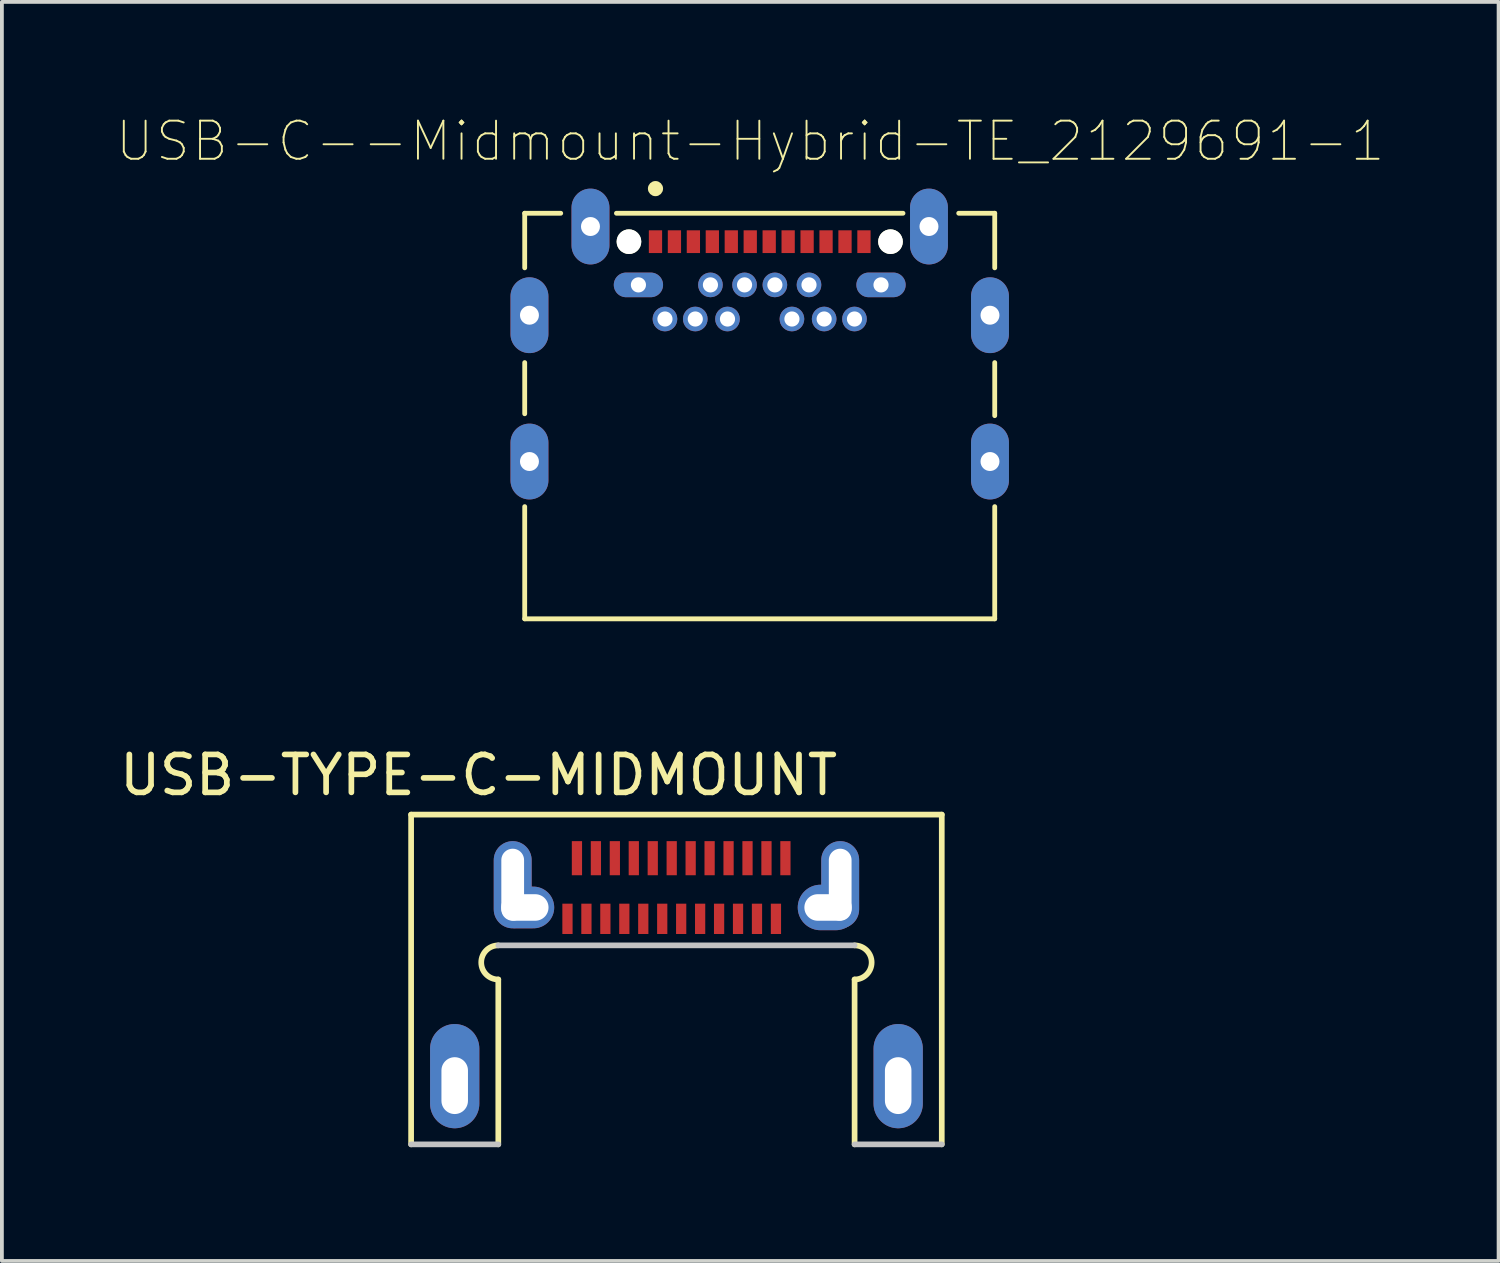
<source format=kicad_pcb>
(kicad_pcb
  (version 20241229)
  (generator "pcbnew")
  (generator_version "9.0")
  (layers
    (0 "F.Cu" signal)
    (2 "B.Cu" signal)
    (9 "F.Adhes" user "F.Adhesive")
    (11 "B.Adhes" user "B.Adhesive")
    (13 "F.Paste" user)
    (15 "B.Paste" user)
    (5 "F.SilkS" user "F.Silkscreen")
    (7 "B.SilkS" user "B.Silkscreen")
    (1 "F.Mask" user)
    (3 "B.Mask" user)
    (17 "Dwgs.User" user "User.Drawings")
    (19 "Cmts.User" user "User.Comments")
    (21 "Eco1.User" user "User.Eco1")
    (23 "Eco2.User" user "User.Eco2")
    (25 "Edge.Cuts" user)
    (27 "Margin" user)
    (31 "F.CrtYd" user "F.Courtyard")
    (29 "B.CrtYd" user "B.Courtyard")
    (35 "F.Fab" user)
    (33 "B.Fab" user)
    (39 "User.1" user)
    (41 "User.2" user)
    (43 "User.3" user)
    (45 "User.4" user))
  (footprint "USB-C--Midmount-Hybrid-TE_2129691-1"
    (layer "F.Cu")
    (at 16.993 7.926)
    (property "Reference" "USB-C--Midmount-Hybrid-TE_2129691-1" (at -0.25 -7.25 0) (layer "F.SilkS") (effects (font (size 1.006 1.006) (thickness 0.05))))
    (attr through_hole)
    (fp_line (start -6.2 -5.35) (end -5.25 -5.35) (stroke (width 0.127) (type solid)) (layer "F.SilkS"))
    (fp_line (start -6.2 -3.91) (end -6.2 -5.35) (stroke (width 0.127) (type solid)) (layer "F.SilkS"))
    (fp_line (start -6.2 -0.06) (end -6.2 -1.41) (stroke (width 0.127) (type solid)) (layer "F.SilkS"))
    (fp_line (start -6.2 2.39) (end -6.2 5.35) (stroke (width 0.127) (type solid)) (layer "F.SilkS"))
    (fp_line (start -6.2 5.35) (end 6.2 5.35) (stroke (width 0.127) (type solid)) (layer "F.SilkS"))
    (fp_line (start -3.78 -5.35) (end 3.78 -5.35) (stroke (width 0.127) (type solid)) (layer "F.SilkS"))
    (fp_line (start 6.2 -5.35) (end 5.25 -5.35) (stroke (width 0.127) (type solid)) (layer "F.SilkS"))
    (fp_line (start 6.2 -3.91) (end 6.2 -5.35) (stroke (width 0.127) (type solid)) (layer "F.SilkS"))
    (fp_line (start 6.2 -0.01) (end 6.2 -1.41) (stroke (width 0.127) (type solid)) (layer "F.SilkS"))
    (fp_line (start 6.2 5.35) (end 6.2 2.39) (stroke (width 0.127) (type solid)) (layer "F.SilkS"))
    (fp_circle (center -2.75 -6) (end -2.65 -6) (stroke (width 0.2) (type solid)) (fill no) (layer "F.SilkS"))
    (fp_line (start -6.83 -5.6) (end -6.83 5.6) (stroke (width 0.05) (type solid)) (layer "Eco1.User"))
    (fp_line (start -6.83 5.6) (end 6.83 5.6) (stroke (width 0.05) (type solid)) (layer "Eco1.User"))
    (fp_line (start -5.5 -6.25) (end -5.5 -5.6) (stroke (width 0.05) (type solid)) (layer "Eco1.User"))
    (fp_line (start -5.5 -5.6) (end -6.83 -5.6) (stroke (width 0.05) (type solid)) (layer "Eco1.User"))
    (fp_line (start -3.5 -6.25) (end -5.5 -6.25) (stroke (width 0.05) (type solid)) (layer "Eco1.User"))
    (fp_line (start -3.5 -5.6) (end -3.5 -6.25) (stroke (width 0.05) (type solid)) (layer "Eco1.User"))
    (fp_line (start 3.625 -6.25) (end 3.625 -5.6) (stroke (width 0.05) (type solid)) (layer "Eco1.User"))
    (fp_line (start 3.625 -5.6) (end -3.5 -5.6) (stroke (width 0.05) (type solid)) (layer "Eco1.User"))
    (fp_line (start 5.375 -6.25) (end 3.625 -6.25) (stroke (width 0.05) (type solid)) (layer "Eco1.User"))
    (fp_line (start 5.375 -5.6) (end 5.375 -6.25) (stroke (width 0.05) (type solid)) (layer "Eco1.User"))
    (fp_line (start 6.83 -5.6) (end 5.375 -5.6) (stroke (width 0.05) (type solid)) (layer "Eco1.User"))
    (fp_line (start 6.83 5.6) (end 6.83 -5.6) (stroke (width 0.05) (type solid)) (layer "Eco1.User"))
    (fp_line (start -6.2 -5.35) (end 6.2 -5.35) (stroke (width 0.127) (type solid)) (layer "Eco2.User"))
    (fp_line (start -6.2 5.35) (end -6.2 -5.35) (stroke (width 0.127) (type solid)) (layer "Eco2.User"))
    (fp_line (start -6.2 5.35) (end 6.2 5.35) (stroke (width 0.127) (type solid)) (layer "Eco2.User"))
    (fp_line (start 6.2 -5.35) (end 6.2 5.35) (stroke (width 0.127) (type solid)) (layer "Eco2.User"))
    (fp_circle (center -2.75 -4.75) (end -2.65 -4.75) (stroke (width 0.2) (type solid)) (fill no) (layer "Eco2.User"))
    (fp_line (start -8.05 5.35) (end -4.75 5.35) (stroke (width 0.0001) (type solid)) (layer "Edge.Cuts"))
    (fp_line (start -6.325 -3.16) (end -6.325 -2.16) (stroke (width 0.0001) (type solid)) (layer "Edge.Cuts"))
    (fp_line (start -6.325 0.7) (end -6.325 1.7) (stroke (width 0.0001) (type solid)) (layer "Edge.Cuts"))
    (fp_line (start -5.825 -2.16) (end -5.825 -3.16) (stroke (width 0.0001) (type solid)) (layer "Edge.Cuts"))
    (fp_line (start -5.825 1.7) (end -5.825 0.7) (stroke (width 0.0001) (type solid)) (layer "Edge.Cuts"))
    (fp_line (start -4.75 -2.04) (end 4.75 -2.04) (stroke (width 0.0001) (type solid)) (layer "Edge.Cuts"))
    (fp_line (start -4.75 -1.64) (end -4.75 5.35) (stroke (width 0.0001) (type solid)) (layer "Edge.Cuts"))
    (fp_line (start -4.715 -4.7) (end -4.715 -5.3) (stroke (width 0.0001) (type solid)) (layer "Edge.Cuts"))
    (fp_line (start -4.215 -5.3) (end -4.215 -4.7) (stroke (width 0.0001) (type solid)) (layer "Edge.Cuts"))
    (fp_line (start -3.45 -3.66) (end -2.95 -3.66) (stroke (width 0.0001) (type solid)) (layer "Edge.Cuts"))
    (fp_line (start -2.95 -3.26) (end -3.45 -3.26) (stroke (width 0.0001) (type solid)) (layer "Edge.Cuts"))
    (fp_line (start 2.95 -3.66) (end 3.45 -3.66) (stroke (width 0.0001) (type solid)) (layer "Edge.Cuts"))
    (fp_line (start 3.365 -4.925) (end 3.535 -4.925) (stroke (width 0.0001) (type solid)) (layer "Edge.Cuts"))
    (fp_line (start 3.45 -3.26) (end 2.95 -3.26) (stroke (width 0.0001) (type solid)) (layer "Edge.Cuts"))
    (fp_line (start 3.535 -4.275) (end 3.365 -4.275) (stroke (width 0.0001) (type solid)) (layer "Edge.Cuts"))
    (fp_line (start 4.215 -4.7) (end 4.215 -5.3) (stroke (width 0.0001) (type solid)) (layer "Edge.Cuts"))
    (fp_line (start 4.715 -5.3) (end 4.715 -4.7) (stroke (width 0.0001) (type solid)) (layer "Edge.Cuts"))
    (fp_line (start 4.75 -1.64) (end 4.75 5.35) (stroke (width 0.0001) (type solid)) (layer "Edge.Cuts"))
    (fp_line (start 4.75 5.35) (end 8.05 5.35) (stroke (width 0.0001) (type solid)) (layer "Edge.Cuts"))
    (fp_line (start 5.825 -3.16) (end 5.825 -2.16) (stroke (width 0.0001) (type solid)) (layer "Edge.Cuts"))
    (fp_line (start 5.825 0.7) (end 5.825 1.7) (stroke (width 0.0001) (type solid)) (layer "Edge.Cuts"))
    (fp_line (start 6.325 -2.16) (end 6.325 -3.16) (stroke (width 0.0001) (type solid)) (layer "Edge.Cuts"))
    (fp_line (start 6.325 1.7) (end 6.325 0.7) (stroke (width 0.0001) (type solid)) (layer "Edge.Cuts"))
    (fp_arc (start -6.325 -3.16) (mid -6.251777 -3.336777) (end -6.075 -3.41) (stroke (width 0.0001) (type solid)) (layer "Edge.Cuts"))
    (fp_arc (start -6.325 0.7) (mid -6.251777 0.523223) (end -6.075 0.45) (stroke (width 0.0001) (type solid)) (layer "Edge.Cuts"))
    (fp_arc (start -6.075 -3.41) (mid -5.898223 -3.336777) (end -5.825 -3.16) (stroke (width 0.0001) (type solid)) (layer "Edge.Cuts"))
    (fp_arc (start -6.075 -1.91) (mid -6.251777 -1.983223) (end -6.325 -2.16) (stroke (width 0.0001) (type solid)) (layer "Edge.Cuts"))
    (fp_arc (start -6.075 0.45) (mid -5.898223 0.523223) (end -5.825 0.7) (stroke (width 0.0001) (type solid)) (layer "Edge.Cuts"))
    (fp_arc (start -6.075 1.95) (mid -6.251777 1.876777) (end -6.325 1.7) (stroke (width 0.0001) (type solid)) (layer "Edge.Cuts"))
    (fp_arc (start -5.825 -2.16) (mid -5.898223 -1.983223) (end -6.075 -1.91) (stroke (width 0.0001) (type solid)) (layer "Edge.Cuts"))
    (fp_arc (start -5.825 1.7) (mid -5.898223 1.876777) (end -6.075 1.95) (stroke (width 0.0001) (type solid)) (layer "Edge.Cuts"))
    (fp_arc (start -4.75 -1.64) (mid -4.95 -1.84) (end -4.75 -2.04) (stroke (width 0.0001) (type solid)) (layer "Edge.Cuts"))
    (fp_arc (start -4.715 -5.3) (mid -4.641777 -5.476777) (end -4.465 -5.55) (stroke (width 0.0001) (type solid)) (layer "Edge.Cuts"))
    (fp_arc (start -4.465 -5.55) (mid -4.288223 -5.476777) (end -4.215 -5.3) (stroke (width 0.0001) (type solid)) (layer "Edge.Cuts"))
    (fp_arc (start -4.465 -4.45) (mid -4.641777 -4.523223) (end -4.715 -4.7) (stroke (width 0.0001) (type solid)) (layer "Edge.Cuts"))
    (fp_arc (start -4.215 -4.7) (mid -4.288223 -4.523223) (end -4.465 -4.45) (stroke (width 0.0001) (type solid)) (layer "Edge.Cuts"))
    (fp_arc (start -3.65 -3.46) (mid -3.591421 -3.601421) (end -3.45 -3.66) (stroke (width 0.0001) (type solid)) (layer "Edge.Cuts"))
    (fp_arc (start -3.45 -3.26) (mid -3.591421 -3.318579) (end -3.65 -3.46) (stroke (width 0.0001) (type solid)) (layer "Edge.Cuts"))
    (fp_arc (start -2.95 -3.66) (mid -2.808579 -3.601421) (end -2.75 -3.46) (stroke (width 0.0001) (type solid)) (layer "Edge.Cuts"))
    (fp_arc (start -2.75 -3.46) (mid -2.808579 -3.318579) (end -2.95 -3.26) (stroke (width 0.0001) (type solid)) (layer "Edge.Cuts"))
    (fp_arc (start 2.75 -3.46) (mid 2.808579 -3.601421) (end 2.95 -3.66) (stroke (width 0.0001) (type solid)) (layer "Edge.Cuts"))
    (fp_arc (start 2.95 -3.26) (mid 2.808579 -3.318579) (end 2.75 -3.46) (stroke (width 0.0001) (type solid)) (layer "Edge.Cuts"))
    (fp_arc (start 3.025 -4.6) (mid 3.12769 -4.832916) (end 3.365 -4.925) (stroke (width 0.0001) (type solid)) (layer "Edge.Cuts"))
    (fp_arc (start 3.365 -4.275) (mid 3.12769 -4.367084) (end 3.025 -4.6) (stroke (width 0.0001) (type solid)) (layer "Edge.Cuts"))
    (fp_arc (start 3.45 -3.66) (mid 3.591421 -3.601421) (end 3.65 -3.46) (stroke (width 0.0001) (type solid)) (layer "Edge.Cuts"))
    (fp_arc (start 3.535 -4.925) (mid 3.77231 -4.832916) (end 3.875 -4.6) (stroke (width 0.0001) (type solid)) (layer "Edge.Cuts"))
    (fp_arc (start 3.65 -3.46) (mid 3.591421 -3.318579) (end 3.45 -3.26) (stroke (width 0.0001) (type solid)) (layer "Edge.Cuts"))
    (fp_arc (start 3.875 -4.6) (mid 3.77231 -4.367084) (end 3.535 -4.275) (stroke (width 0.0001) (type solid)) (layer "Edge.Cuts"))
    (fp_arc (start 4.215 -5.3) (mid 4.288223 -5.476777) (end 4.465 -5.55) (stroke (width 0.0001) (type solid)) (layer "Edge.Cuts"))
    (fp_arc (start 4.465 -5.55) (mid 4.641777 -5.476777) (end 4.715 -5.3) (stroke (width 0.0001) (type solid)) (layer "Edge.Cuts"))
    (fp_arc (start 4.465 -4.45) (mid 4.288223 -4.523223) (end 4.215 -4.7) (stroke (width 0.0001) (type solid)) (layer "Edge.Cuts"))
    (fp_arc (start 4.715 -4.7) (mid 4.641777 -4.523223) (end 4.465 -4.45) (stroke (width 0.0001) (type solid)) (layer "Edge.Cuts"))
    (fp_arc (start 4.75 -2.04) (mid 4.95 -1.84) (end 4.75 -1.64) (stroke (width 0.0001) (type solid)) (layer "Edge.Cuts"))
    (fp_arc (start 5.825 -3.16) (mid 5.898223 -3.336777) (end 6.075 -3.41) (stroke (width 0.0001) (type solid)) (layer "Edge.Cuts"))
    (fp_arc (start 5.825 0.7) (mid 5.898223 0.523223) (end 6.075 0.45) (stroke (width 0.0001) (type solid)) (layer "Edge.Cuts"))
    (fp_arc (start 6.075 -3.41) (mid 6.251777 -3.336777) (end 6.325 -3.16) (stroke (width 0.0001) (type solid)) (layer "Edge.Cuts"))
    (fp_arc (start 6.075 -1.91) (mid 5.898223 -1.983223) (end 5.825 -2.16) (stroke (width 0.0001) (type solid)) (layer "Edge.Cuts"))
    (fp_arc (start 6.075 0.45) (mid 6.251777 0.523223) (end 6.325 0.7) (stroke (width 0.0001) (type solid)) (layer "Edge.Cuts"))
    (fp_arc (start 6.075 1.95) (mid 5.898223 1.876777) (end 5.825 1.7) (stroke (width 0.0001) (type solid)) (layer "Edge.Cuts"))
    (fp_arc (start 6.325 -2.16) (mid 6.251777 -1.983223) (end 6.075 -1.91) (stroke (width 0.0001) (type solid)) (layer "Edge.Cuts"))
    (fp_arc (start 6.325 1.7) (mid 6.251777 1.876777) (end 6.075 1.95) (stroke (width 0.0001) (type solid)) (layer "Edge.Cuts"))
    (pad "" np_thru_hole circle (at -3.45 -4.6) (size 0.65 0.65) (drill 0.65) (layers "*.Cu" "*.Mask" "F.SilkS"))
    (pad "" np_thru_hole circle (at 3.45 -4.6) (size 0.65 0.65) (drill 0.65) (layers "*.Cu" "*.Mask" "F.SilkS"))
    (pad "A1" smd rect (at -2.75 -4.6) (size 0.35 0.6) (layers "F.Cu" "F.Mask" "F.Paste"))
    (pad "A2" smd rect (at -2.25 -4.6) (size 0.35 0.6) (layers "F.Cu" "F.Mask" "F.Paste"))
    (pad "A3" smd rect (at -1.75 -4.6) (size 0.35 0.6) (layers "F.Cu" "F.Mask" "F.Paste"))
    (pad "A4" smd rect (at -1.25 -4.6) (size 0.35 0.6) (layers "F.Cu" "F.Mask" "F.Paste"))
    (pad "A5" smd rect (at -0.75 -4.6) (size 0.35 0.6) (layers "F.Cu" "F.Mask" "F.Paste"))
    (pad "A6" smd rect (at -0.25 -4.6) (size 0.35 0.6) (layers "F.Cu" "F.Mask" "F.Paste"))
    (pad "A7" smd rect (at 0.25 -4.6) (size 0.35 0.6) (layers "F.Cu" "F.Mask" "F.Paste"))
    (pad "A8" smd rect (at 0.75 -4.6) (size 0.35 0.6) (layers "F.Cu" "F.Mask" "F.Paste"))
    (pad "A9" smd rect (at 1.25 -4.6) (size 0.35 0.6) (layers "F.Cu" "F.Mask" "F.Paste"))
    (pad "A10" smd rect (at 1.75 -4.6) (size 0.35 0.6) (layers "F.Cu" "F.Mask" "F.Paste"))
    (pad "A11" smd rect (at 2.25 -4.6) (size 0.35 0.6) (layers "F.Cu" "F.Mask" "F.Paste"))
    (pad "A12" smd rect (at 2.75 -4.6) (size 0.35 0.6) (layers "F.Cu" "F.Mask" "F.Paste"))
    (pad "B1" thru_hole oval (at 3.2 -3.46 180) (size 1.3 0.65) (drill 0.4) (layers "*.Cu" "*.Mask"))
    (pad "B2" thru_hole circle (at 2.5 -2.56) (size 0.65 0.65) (drill 0.4) (layers "*.Cu" "*.Mask"))
    (pad "B3" thru_hole circle (at 1.7 -2.56) (size 0.65 0.65) (drill 0.4) (layers "*.Cu" "*.Mask"))
    (pad "B4" thru_hole circle (at 1.3 -3.46) (size 0.65 0.65) (drill 0.4) (layers "*.Cu" "*.Mask"))
    (pad "B5" thru_hole circle (at 0.85 -2.56) (size 0.65 0.65) (drill 0.4) (layers "*.Cu" "*.Mask"))
    (pad "B6" thru_hole circle (at 0.4 -3.46) (size 0.65 0.65) (drill 0.4) (layers "*.Cu" "*.Mask"))
    (pad "B7" thru_hole circle (at -0.4 -3.46) (size 0.65 0.65) (drill 0.4) (layers "*.Cu" "*.Mask"))
    (pad "B8" thru_hole circle (at -0.85 -2.56) (size 0.65 0.65) (drill 0.4) (layers "*.Cu" "*.Mask"))
    (pad "B9" thru_hole circle (at -1.3 -3.46) (size 0.65 0.65) (drill 0.4) (layers "*.Cu" "*.Mask"))
    (pad "B10" thru_hole circle (at -1.7 -2.56) (size 0.65 0.65) (drill 0.4) (layers "*.Cu" "*.Mask"))
    (pad "B11" thru_hole circle (at -2.5 -2.56) (size 0.65 0.65) (drill 0.4) (layers "*.Cu" "*.Mask"))
    (pad "B12" thru_hole oval (at -3.2 -3.46 180) (size 1.3 0.65) (drill 0.4) (layers "*.Cu" "*.Mask"))
    (pad "S1" thru_hole oval (at -6.075 1.2 90) (size 2 1) (drill 0.5) (layers "*.Cu" "*.Mask"))
    (pad "S2" thru_hole oval (at 6.075 1.2 90) (size 2 1) (drill 0.5) (layers "*.Cu" "*.Mask"))
    (pad "S3" thru_hole oval (at -6.075 -2.66 90) (size 2 1) (drill 0.5) (layers "*.Cu" "*.Mask"))
    (pad "S4" thru_hole oval (at 6.075 -2.66 90) (size 2 1) (drill 0.5) (layers "*.Cu" "*.Mask"))
    (pad "S5" thru_hole oval (at -4.465 -5 90) (size 2 1) (drill 0.5) (layers "*.Cu" "*.Mask"))
    (pad "S6" thru_hole oval (at 4.465 -5 90) (size 2 1) (drill 0.5) (layers "*.Cu" "*.Mask")))
  (footprint "USB-TYPE-C-MIDMOUNT"
    (layer "F.Cu")
    (at 14.796 20.291)
    (property "Reference" "USB-TYPE-C-MIDMOUNT" (at -5.219 -2.892 0) (layer "F.SilkS") (effects (font (size 1 1) (thickness 0.15))))
    (attr through_hole)
    (fp_line (start -7 -1.85) (end 7 -1.85) (stroke (width 0.15) (type solid)) (layer "F.SilkS"))
    (fp_line (start -7 6.85) (end -7 -1.85) (stroke (width 0.15) (type solid)) (layer "F.SilkS"))
    (fp_line (start -4.7 2.5) (end -4.7 6.85) (stroke (width 0.15) (type solid)) (layer "F.SilkS"))
    (fp_line (start 4.7 2.5) (end 4.7 6.85) (stroke (width 0.15) (type solid)) (layer "F.SilkS"))
    (fp_line (start 7 -1.85) (end 7 6.85) (stroke (width 0.15) (type solid)) (layer "F.SilkS"))
    (fp_arc (start -4.7 2.5) (mid -5.15 2.05) (end -4.7 1.6) (stroke (width 0.15) (type solid)) (layer "F.SilkS"))
    (fp_arc (start 4.7 1.6) (mid 5.15 2.05) (end 4.7 2.5) (stroke (width 0.15) (type solid)) (layer "F.SilkS"))
    (fp_line (start -7 6.85) (end -4.7 6.85) (stroke (width 0.15) (type solid)) (layer "Dwgs.User"))
    (fp_line (start 4.7 1.6) (end -4.7 1.6) (stroke (width 0.15) (type solid)) (layer "Dwgs.User"))
    (fp_line (start 7 6.85) (end 4.7 6.85) (stroke (width 0.15) (type solid)) (layer "Dwgs.User"))
    (pad "A1" smd rect (at -2.625 -0.7) (size 0.27 0.9) (layers "F.Cu" "F.Mask" "F.Paste"))
    (pad "A2" smd rect (at -2.125 -0.7) (size 0.27 0.9) (layers "F.Cu" "F.Mask" "F.Paste"))
    (pad "A3" smd rect (at -1.625 -0.7) (size 0.27 0.9) (layers "F.Cu" "F.Mask" "F.Paste"))
    (pad "A4" smd rect (at -1.125 -0.7) (size 0.27 0.9) (layers "F.Cu" "F.Mask" "F.Paste"))
    (pad "A5" smd rect (at -0.625 -0.7) (size 0.27 0.9) (layers "F.Cu" "F.Mask" "F.Paste"))
    (pad "A6" smd rect (at -0.125 -0.7) (size 0.27 0.9) (layers "F.Cu" "F.Mask" "F.Paste"))
    (pad "A7" smd rect (at 0.375 -0.7) (size 0.27 0.9) (layers "F.Cu" "F.Mask" "F.Paste"))
    (pad "A8" smd rect (at 0.875 -0.7) (size 0.27 0.9) (layers "F.Cu" "F.Mask" "F.Paste"))
    (pad "A9" smd rect (at 1.375 -0.7) (size 0.27 0.9) (layers "F.Cu" "F.Mask" "F.Paste"))
    (pad "A10" smd rect (at 1.875 -0.7) (size 0.27 0.9) (layers "F.Cu" "F.Mask" "F.Paste"))
    (pad "A11" smd rect (at 2.375 -0.7) (size 0.27 0.9) (layers "F.Cu" "F.Mask" "F.Paste"))
    (pad "A12" smd rect (at 2.875 -0.7) (size 0.27 0.9) (layers "*.Paste" "F.Cu" "F.Mask"))
    (pad "B1" smd rect (at 2.625 0.9) (size 0.27 0.8) (layers "F.Cu" "F.Mask" "F.Paste"))
    (pad "B2" smd rect (at 2.125 0.9) (size 0.27 0.8) (layers "F.Cu" "F.Mask" "F.Paste"))
    (pad "B3" smd rect (at 1.625 0.9) (size 0.27 0.8) (layers "F.Cu" "F.Mask" "F.Paste"))
    (pad "B4" smd rect (at 1.125 0.9) (size 0.27 0.8) (layers "F.Cu" "F.Mask" "F.Paste"))
    (pad "B5" smd rect (at 0.625 0.9) (size 0.27 0.8) (layers "F.Cu" "F.Mask" "F.Paste"))
    (pad "B6" smd rect (at 0.125 0.9) (size 0.27 0.8) (layers "F.Cu" "F.Mask" "F.Paste"))
    (pad "B7" smd rect (at -0.375 0.9) (size 0.27 0.8) (layers "F.Cu" "F.Mask" "F.Paste"))
    (pad "B8" smd rect (at -0.875 0.9) (size 0.27 0.8) (layers "F.Cu" "F.Mask" "F.Paste"))
    (pad "B9" smd rect (at -1.375 0.9) (size 0.27 0.8) (layers "F.Cu" "F.Mask" "F.Paste"))
    (pad "B10" smd rect (at -1.875 0.9) (size 0.27 0.8) (layers "F.Cu" "F.Mask" "F.Paste"))
    (pad "B11" smd rect (at -2.375 0.9) (size 0.27 0.8) (layers "F.Cu" "F.Mask" "F.Paste"))
    (pad "B12" smd rect (at -2.875 0.9) (size 0.27 0.8) (layers "F.Cu" "F.Mask" "F.Paste"))
    (pad "S1" thru_hole oval (at -5.85 5.3) (size 1.3 2.75) (drill oval 0.7 1.5 (offset 0 -0.25)) (layers "*.Cu" "*.Mask"))
    (pad "S1" thru_hole oval (at -4.32 0) (size 1 2.3) (drill oval 0.6 1.9) (layers "*.Cu" "*.Mask"))
    (pad "S1" thru_hole oval (at -4 0.6) (size 1.55 1.1) (drill oval 1.25 0.7) (layers "*.Cu" "*.Mask"))
    (pad "S1" thru_hole oval (at 4 0.6) (size 1.6 1.2) (drill oval 1.25 0.7) (layers "*.Cu" "*.Mask"))
    (pad "S1" thru_hole oval (at 4.32 0) (size 1 2.3) (drill oval 0.6 1.9) (layers "*.Cu" "*.Mask"))
    (pad "S1" thru_hole oval (at 5.85 5.3) (size 1.3 2.75) (drill oval 0.7 1.5 (offset 0 -0.25)) (layers "*.Cu" "*.Mask")))
  (gr_rect
    (start -3 -3)
    (end 36.486 30.216)
    (stroke (width 0.1) (type default))
    (fill no)
    (layer "Edge.Cuts")))
</source>
